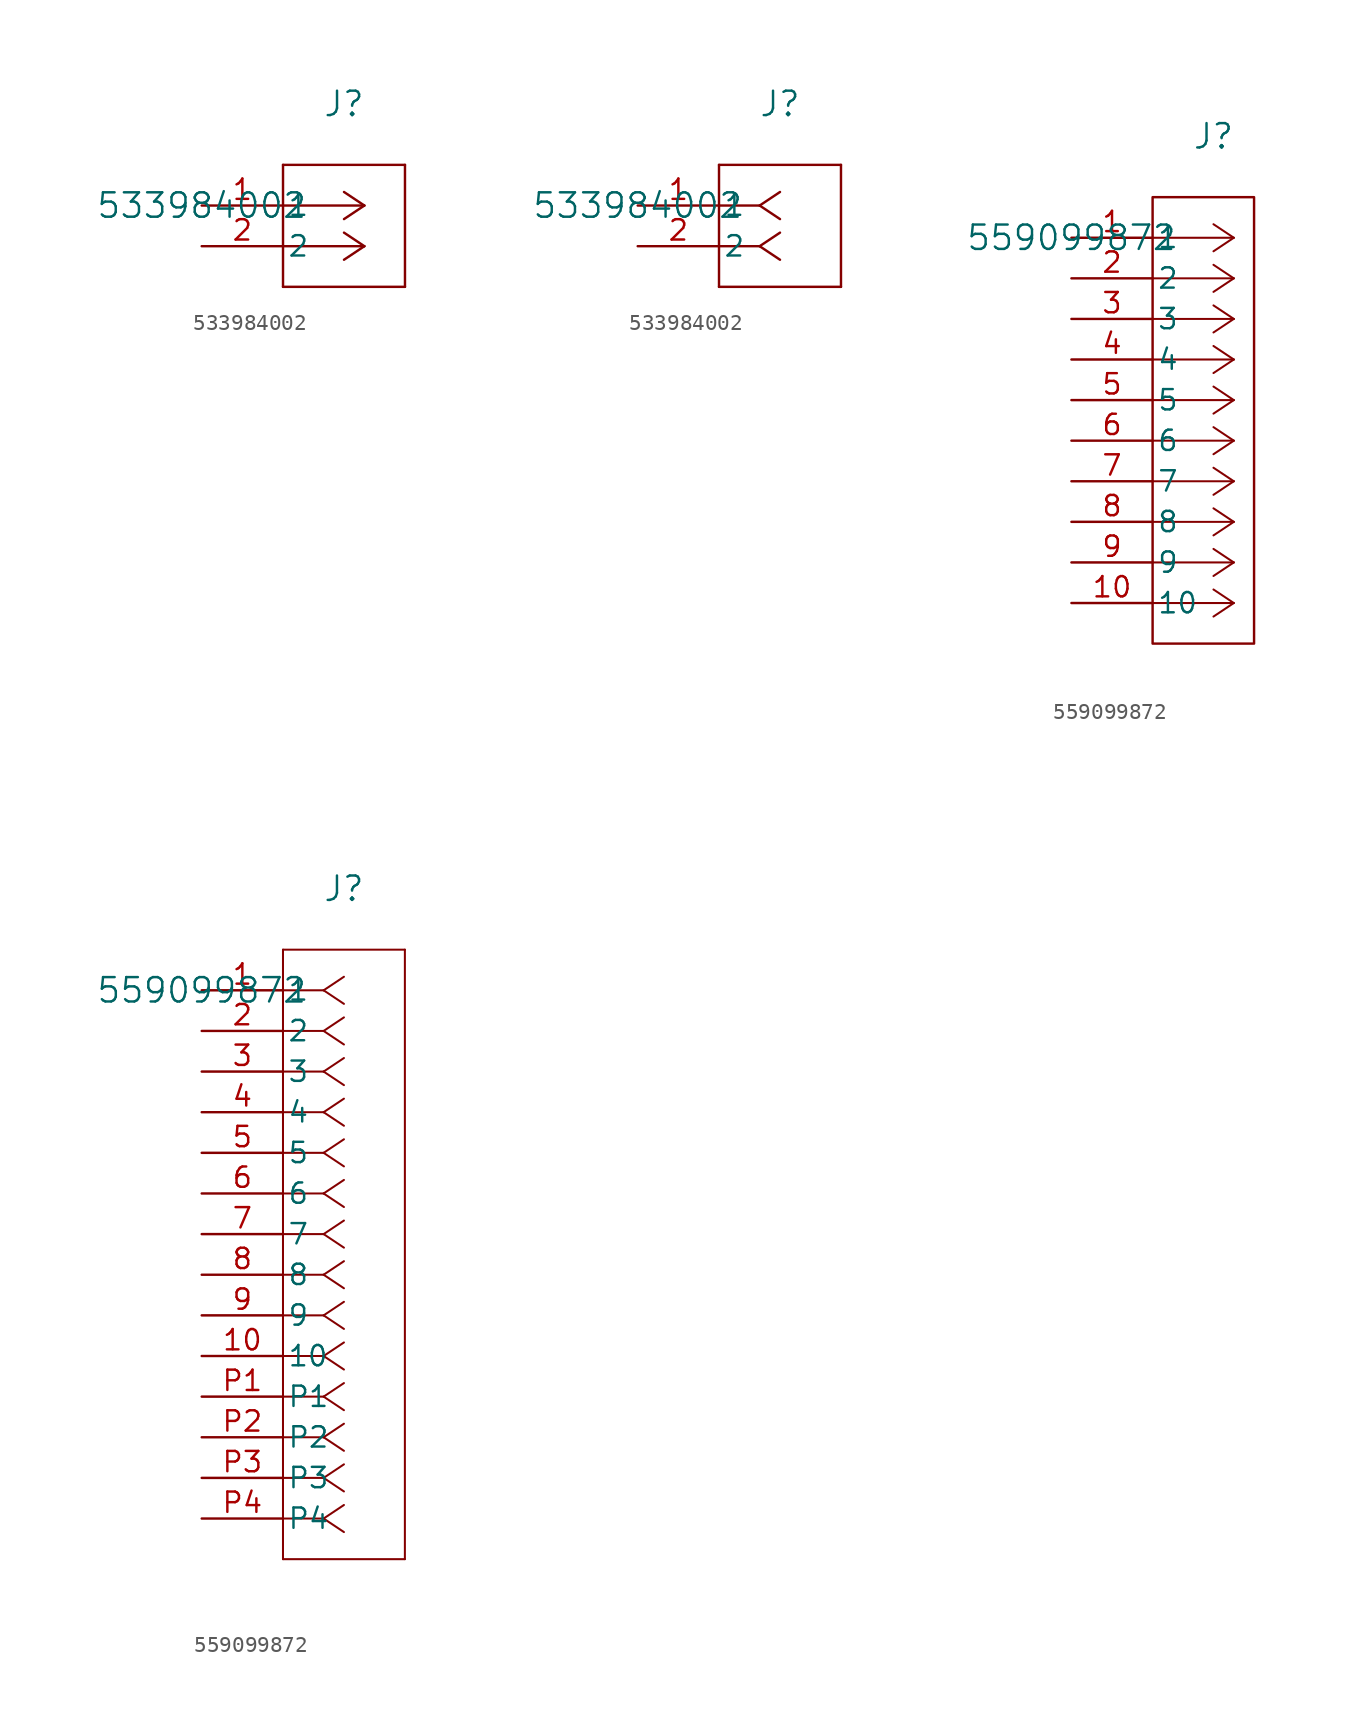
<source format=kicad_sym>
(kicad_symbol_lib
  (version 20241209)
  (generator "kicad_symbol_editor")
  (generator_version "9.0")
  (symbol "533984002"
    (pin_names
      (offset 0.254))
    (property "Reference" "J"
      (at 8.89 6.35 0)
      (effects (font (size 1.524 1.524))))
    (property "Value" "533984002"
      (at 0 0 0)
      (effects (font (size 1.524 1.524))))
    (property "ki_locked" ""
      (at 0 0 0)
      (effects (font (size 1.27 1.27))))
    (symbol "533984002_1_1"
      (polyline (pts (xy 5.08 2.54) (xy 5.08 -5.08)) (stroke (width 0) (type default)) (fill (type none)))
      (polyline (pts (xy 5.08 -5.08) (xy 12.7 -5.08)) (stroke (width 0) (type default)) (fill (type none)))
      (polyline (pts (xy 10.16 0) (xy 5.08 0)) (stroke (width 0) (type default)) (fill (type none)))
      (polyline (pts (xy 10.16 0) (xy 8.89 0.847)) (stroke (width 0) (type default)) (fill (type none)))
      (polyline (pts (xy 10.16 0) (xy 8.89 -0.847)) (stroke (width 0) (type default)) (fill (type none)))
      (polyline (pts (xy 10.16 -2.54) (xy 5.08 -2.54)) (stroke (width 0) (type default)) (fill (type none)))
      (polyline (pts (xy 10.16 -2.54) (xy 8.89 -1.693)) (stroke (width 0) (type default)) (fill (type none)))
      (polyline (pts (xy 10.16 -2.54) (xy 8.89 -3.387)) (stroke (width 0) (type default)) (fill (type none)))
      (polyline (pts (xy 12.7 2.54) (xy 5.08 2.54)) (stroke (width 0) (type default)) (fill (type none)))
      (polyline (pts (xy 12.7 -5.08) (xy 12.7 2.54)) (stroke (width 0) (type default)) (fill (type none)))
      (pin unspecified line (at 0 0 0) (length 5.08) (name "1" (effects (font (size 1.27 1.27)))) (number "1" (effects (font (size 1.27 1.27)))))
      (pin unspecified line (at 0 -2.54 0) (length 5.08) (name "2" (effects (font (size 1.27 1.27)))) (number "2" (effects (font (size 1.27 1.27))))))
    (symbol "533984002_1_2"
      (polyline (pts (xy 5.08 2.54) (xy 5.08 -5.08)) (stroke (width 0) (type default)) (fill (type none)))
      (polyline (pts (xy 5.08 -5.08) (xy 12.7 -5.08)) (stroke (width 0) (type default)) (fill (type none)))
      (polyline (pts (xy 7.62 0) (xy 5.08 0)) (stroke (width 0) (type default)) (fill (type none)))
      (polyline (pts (xy 7.62 0) (xy 8.89 0.847)) (stroke (width 0) (type default)) (fill (type none)))
      (polyline (pts (xy 7.62 0) (xy 8.89 -0.847)) (stroke (width 0) (type default)) (fill (type none)))
      (polyline (pts (xy 7.62 -2.54) (xy 5.08 -2.54)) (stroke (width 0) (type default)) (fill (type none)))
      (polyline (pts (xy 7.62 -2.54) (xy 8.89 -1.693)) (stroke (width 0) (type default)) (fill (type none)))
      (polyline (pts (xy 7.62 -2.54) (xy 8.89 -3.387)) (stroke (width 0) (type default)) (fill (type none)))
      (polyline (pts (xy 12.7 2.54) (xy 5.08 2.54)) (stroke (width 0) (type default)) (fill (type none)))
      (polyline (pts (xy 12.7 -5.08) (xy 12.7 2.54)) (stroke (width 0) (type default)) (fill (type none)))
      (pin unspecified line (at 0 0 0) (length 5.08) (name "1" (effects (font (size 1.27 1.27)))) (number "1" (effects (font (size 1.27 1.27)))))
      (pin unspecified line (at 0 -2.54 0) (length 5.08) (name "2" (effects (font (size 1.27 1.27)))) (number "2" (effects (font (size 1.27 1.27)))))))
  (symbol "559099872"
    (pin_names
      (offset 0.254))
    (property "Reference" "J"
      (at 8.89 6.35 0)
      (effects (font (size 1.524 1.524))))
    (property "Value" "559099872"
      (at 0 0 0)
      (effects (font (size 1.524 1.524))))
    (property "ki_locked" ""
      (at 0 0 0)
      (effects (font (size 1.27 1.27))))
    (symbol "559099872_1_1"
      (rectangle (start 5.08 2.54) (end 11.43 -25.4) (stroke (width 0) (type default)) (fill (type none)))
      (polyline (pts (xy 10.16 0) (xy 5.08 0)) (stroke (width 0.127) (type default)) (fill (type none)))
      (polyline (pts (xy 10.16 0) (xy 8.89 0.847)) (stroke (width 0.127) (type default)) (fill (type none)))
      (polyline (pts (xy 10.16 0) (xy 8.89 -0.847)) (stroke (width 0.127) (type default)) (fill (type none)))
      (polyline (pts (xy 10.16 -2.54) (xy 5.08 -2.54)) (stroke (width 0.127) (type default)) (fill (type none)))
      (polyline (pts (xy 10.16 -2.54) (xy 8.89 -1.693)) (stroke (width 0.127) (type default)) (fill (type none)))
      (polyline (pts (xy 10.16 -2.54) (xy 8.89 -3.387)) (stroke (width 0.127) (type default)) (fill (type none)))
      (polyline (pts (xy 10.16 -5.08) (xy 5.08 -5.08)) (stroke (width 0.127) (type default)) (fill (type none)))
      (polyline (pts (xy 10.16 -5.08) (xy 8.89 -4.233)) (stroke (width 0.127) (type default)) (fill (type none)))
      (polyline (pts (xy 10.16 -5.08) (xy 8.89 -5.927)) (stroke (width 0.127) (type default)) (fill (type none)))
      (polyline (pts (xy 10.16 -7.62) (xy 5.08 -7.62)) (stroke (width 0.127) (type default)) (fill (type none)))
      (polyline (pts (xy 10.16 -7.62) (xy 8.89 -6.773)) (stroke (width 0.127) (type default)) (fill (type none)))
      (polyline (pts (xy 10.16 -7.62) (xy 8.89 -8.467)) (stroke (width 0.127) (type default)) (fill (type none)))
      (polyline (pts (xy 10.16 -10.16) (xy 5.08 -10.16)) (stroke (width 0.127) (type default)) (fill (type none)))
      (polyline (pts (xy 10.16 -10.16) (xy 8.89 -9.313)) (stroke (width 0.127) (type default)) (fill (type none)))
      (polyline (pts (xy 10.16 -10.16) (xy 8.89 -11.007)) (stroke (width 0.127) (type default)) (fill (type none)))
      (polyline (pts (xy 10.16 -12.7) (xy 5.08 -12.7)) (stroke (width 0.127) (type default)) (fill (type none)))
      (polyline (pts (xy 10.16 -12.7) (xy 8.89 -11.853)) (stroke (width 0.127) (type default)) (fill (type none)))
      (polyline (pts (xy 10.16 -12.7) (xy 8.89 -13.547)) (stroke (width 0.127) (type default)) (fill (type none)))
      (polyline (pts (xy 10.16 -15.24) (xy 5.08 -15.24)) (stroke (width 0.127) (type default)) (fill (type none)))
      (polyline (pts (xy 10.16 -15.24) (xy 8.89 -14.393)) (stroke (width 0.127) (type default)) (fill (type none)))
      (polyline (pts (xy 10.16 -15.24) (xy 8.89 -16.087)) (stroke (width 0.127) (type default)) (fill (type none)))
      (polyline (pts (xy 10.16 -17.78) (xy 5.08 -17.78)) (stroke (width 0.127) (type default)) (fill (type none)))
      (polyline (pts (xy 10.16 -17.78) (xy 8.89 -16.933)) (stroke (width 0.127) (type default)) (fill (type none)))
      (polyline (pts (xy 10.16 -17.78) (xy 8.89 -18.627)) (stroke (width 0.127) (type default)) (fill (type none)))
      (polyline (pts (xy 10.16 -20.32) (xy 5.08 -20.32)) (stroke (width 0.127) (type default)) (fill (type none)))
      (polyline (pts (xy 10.16 -20.32) (xy 8.89 -19.473)) (stroke (width 0.127) (type default)) (fill (type none)))
      (polyline (pts (xy 10.16 -20.32) (xy 8.89 -21.167)) (stroke (width 0.127) (type default)) (fill (type none)))
      (polyline (pts (xy 10.16 -22.86) (xy 5.08 -22.86)) (stroke (width 0.127) (type default)) (fill (type none)))
      (polyline (pts (xy 10.16 -22.86) (xy 8.89 -22.013)) (stroke (width 0.127) (type default)) (fill (type none)))
      (polyline (pts (xy 10.16 -22.86) (xy 8.89 -23.707)) (stroke (width 0.127) (type default)) (fill (type none)))
      (pin unspecified line (at 0 0 0) (length 5.08) (name "1" (effects (font (size 1.27 1.27)))) (number "1" (effects (font (size 1.27 1.27)))))
      (pin unspecified line (at 0 -2.54 0) (length 5.08) (name "2" (effects (font (size 1.27 1.27)))) (number "2" (effects (font (size 1.27 1.27)))))
      (pin unspecified line (at 0 -5.08 0) (length 5.08) (name "3" (effects (font (size 1.27 1.27)))) (number "3" (effects (font (size 1.27 1.27)))))
      (pin unspecified line (at 0 -7.62 0) (length 5.08) (name "4" (effects (font (size 1.27 1.27)))) (number "4" (effects (font (size 1.27 1.27)))))
      (pin unspecified line (at 0 -10.16 0) (length 5.08) (name "5" (effects (font (size 1.27 1.27)))) (number "5" (effects (font (size 1.27 1.27)))))
      (pin unspecified line (at 0 -12.7 0) (length 5.08) (name "6" (effects (font (size 1.27 1.27)))) (number "6" (effects (font (size 1.27 1.27)))))
      (pin unspecified line (at 0 -15.24 0) (length 5.08) (name "7" (effects (font (size 1.27 1.27)))) (number "7" (effects (font (size 1.27 1.27)))))
      (pin unspecified line (at 0 -17.78 0) (length 5.08) (name "8" (effects (font (size 1.27 1.27)))) (number "8" (effects (font (size 1.27 1.27)))))
      (pin unspecified line (at 0 -20.32 0) (length 5.08) (name "9" (effects (font (size 1.27 1.27)))) (number "9" (effects (font (size 1.27 1.27)))))
      (pin unspecified line (at 0 -22.86 0) (length 5.08) (name "10" (effects (font (size 1.27 1.27)))) (number "10" (effects (font (size 1.27 1.27))))))
    (symbol "559099872_1_2"
      (polyline (pts (xy 5.08 2.54) (xy 5.08 -35.56)) (stroke (width 0.127) (type default)) (fill (type none)))
      (polyline (pts (xy 5.08 -35.56) (xy 12.7 -35.56)) (stroke (width 0.127) (type default)) (fill (type none)))
      (polyline (pts (xy 7.62 0) (xy 5.08 0)) (stroke (width 0.127) (type default)) (fill (type none)))
      (polyline (pts (xy 7.62 0) (xy 8.89 0.847)) (stroke (width 0.127) (type default)) (fill (type none)))
      (polyline (pts (xy 7.62 0) (xy 8.89 -0.847)) (stroke (width 0.127) (type default)) (fill (type none)))
      (polyline (pts (xy 7.62 -2.54) (xy 5.08 -2.54)) (stroke (width 0.127) (type default)) (fill (type none)))
      (polyline (pts (xy 7.62 -2.54) (xy 8.89 -1.693)) (stroke (width 0.127) (type default)) (fill (type none)))
      (polyline (pts (xy 7.62 -2.54) (xy 8.89 -3.387)) (stroke (width 0.127) (type default)) (fill (type none)))
      (polyline (pts (xy 7.62 -5.08) (xy 5.08 -5.08)) (stroke (width 0.127) (type default)) (fill (type none)))
      (polyline (pts (xy 7.62 -5.08) (xy 8.89 -4.233)) (stroke (width 0.127) (type default)) (fill (type none)))
      (polyline (pts (xy 7.62 -5.08) (xy 8.89 -5.927)) (stroke (width 0.127) (type default)) (fill (type none)))
      (polyline (pts (xy 7.62 -7.62) (xy 5.08 -7.62)) (stroke (width 0.127) (type default)) (fill (type none)))
      (polyline (pts (xy 7.62 -7.62) (xy 8.89 -6.773)) (stroke (width 0.127) (type default)) (fill (type none)))
      (polyline (pts (xy 7.62 -7.62) (xy 8.89 -8.467)) (stroke (width 0.127) (type default)) (fill (type none)))
      (polyline (pts (xy 7.62 -10.16) (xy 5.08 -10.16)) (stroke (width 0.127) (type default)) (fill (type none)))
      (polyline (pts (xy 7.62 -10.16) (xy 8.89 -9.313)) (stroke (width 0.127) (type default)) (fill (type none)))
      (polyline (pts (xy 7.62 -10.16) (xy 8.89 -11.007)) (stroke (width 0.127) (type default)) (fill (type none)))
      (polyline (pts (xy 7.62 -12.7) (xy 5.08 -12.7)) (stroke (width 0.127) (type default)) (fill (type none)))
      (polyline (pts (xy 7.62 -12.7) (xy 8.89 -11.853)) (stroke (width 0.127) (type default)) (fill (type none)))
      (polyline (pts (xy 7.62 -12.7) (xy 8.89 -13.547)) (stroke (width 0.127) (type default)) (fill (type none)))
      (polyline (pts (xy 7.62 -15.24) (xy 5.08 -15.24)) (stroke (width 0.127) (type default)) (fill (type none)))
      (polyline (pts (xy 7.62 -15.24) (xy 8.89 -14.393)) (stroke (width 0.127) (type default)) (fill (type none)))
      (polyline (pts (xy 7.62 -15.24) (xy 8.89 -16.087)) (stroke (width 0.127) (type default)) (fill (type none)))
      (polyline (pts (xy 7.62 -17.78) (xy 5.08 -17.78)) (stroke (width 0.127) (type default)) (fill (type none)))
      (polyline (pts (xy 7.62 -17.78) (xy 8.89 -16.933)) (stroke (width 0.127) (type default)) (fill (type none)))
      (polyline (pts (xy 7.62 -17.78) (xy 8.89 -18.627)) (stroke (width 0.127) (type default)) (fill (type none)))
      (polyline (pts (xy 7.62 -20.32) (xy 5.08 -20.32)) (stroke (width 0.127) (type default)) (fill (type none)))
      (polyline (pts (xy 7.62 -20.32) (xy 8.89 -19.473)) (stroke (width 0.127) (type default)) (fill (type none)))
      (polyline (pts (xy 7.62 -20.32) (xy 8.89 -21.167)) (stroke (width 0.127) (type default)) (fill (type none)))
      (polyline (pts (xy 7.62 -22.86) (xy 5.08 -22.86)) (stroke (width 0.127) (type default)) (fill (type none)))
      (polyline (pts (xy 7.62 -22.86) (xy 8.89 -22.013)) (stroke (width 0.127) (type default)) (fill (type none)))
      (polyline (pts (xy 7.62 -22.86) (xy 8.89 -23.707)) (stroke (width 0.127) (type default)) (fill (type none)))
      (polyline (pts (xy 7.62 -25.4) (xy 5.08 -25.4)) (stroke (width 0.127) (type default)) (fill (type none)))
      (polyline (pts (xy 7.62 -25.4) (xy 8.89 -24.553)) (stroke (width 0.127) (type default)) (fill (type none)))
      (polyline (pts (xy 7.62 -25.4) (xy 8.89 -26.247)) (stroke (width 0.127) (type default)) (fill (type none)))
      (polyline (pts (xy 7.62 -27.94) (xy 5.08 -27.94)) (stroke (width 0.127) (type default)) (fill (type none)))
      (polyline (pts (xy 7.62 -27.94) (xy 8.89 -27.093)) (stroke (width 0.127) (type default)) (fill (type none)))
      (polyline (pts (xy 7.62 -27.94) (xy 8.89 -28.787)) (stroke (width 0.127) (type default)) (fill (type none)))
      (polyline (pts (xy 7.62 -30.48) (xy 5.08 -30.48)) (stroke (width 0.127) (type default)) (fill (type none)))
      (polyline (pts (xy 7.62 -30.48) (xy 8.89 -29.633)) (stroke (width 0.127) (type default)) (fill (type none)))
      (polyline (pts (xy 7.62 -30.48) (xy 8.89 -31.327)) (stroke (width 0.127) (type default)) (fill (type none)))
      (polyline (pts (xy 7.62 -33.02) (xy 5.08 -33.02)) (stroke (width 0.127) (type default)) (fill (type none)))
      (polyline (pts (xy 7.62 -33.02) (xy 8.89 -32.173)) (stroke (width 0.127) (type default)) (fill (type none)))
      (polyline (pts (xy 7.62 -33.02) (xy 8.89 -33.867)) (stroke (width 0.127) (type default)) (fill (type none)))
      (polyline (pts (xy 12.7 2.54) (xy 5.08 2.54)) (stroke (width 0.127) (type default)) (fill (type none)))
      (polyline (pts (xy 12.7 -35.56) (xy 12.7 2.54)) (stroke (width 0.127) (type default)) (fill (type none)))
      (pin unspecified line (at 0 0 0) (length 5.08) (name "1" (effects (font (size 1.27 1.27)))) (number "1" (effects (font (size 1.27 1.27)))))
      (pin unspecified line (at 0 -2.54 0) (length 5.08) (name "2" (effects (font (size 1.27 1.27)))) (number "2" (effects (font (size 1.27 1.27)))))
      (pin unspecified line (at 0 -5.08 0) (length 5.08) (name "3" (effects (font (size 1.27 1.27)))) (number "3" (effects (font (size 1.27 1.27)))))
      (pin unspecified line (at 0 -7.62 0) (length 5.08) (name "4" (effects (font (size 1.27 1.27)))) (number "4" (effects (font (size 1.27 1.27)))))
      (pin unspecified line (at 0 -10.16 0) (length 5.08) (name "5" (effects (font (size 1.27 1.27)))) (number "5" (effects (font (size 1.27 1.27)))))
      (pin unspecified line (at 0 -12.7 0) (length 5.08) (name "6" (effects (font (size 1.27 1.27)))) (number "6" (effects (font (size 1.27 1.27)))))
      (pin unspecified line (at 0 -15.24 0) (length 5.08) (name "7" (effects (font (size 1.27 1.27)))) (number "7" (effects (font (size 1.27 1.27)))))
      (pin unspecified line (at 0 -17.78 0) (length 5.08) (name "8" (effects (font (size 1.27 1.27)))) (number "8" (effects (font (size 1.27 1.27)))))
      (pin unspecified line (at 0 -20.32 0) (length 5.08) (name "9" (effects (font (size 1.27 1.27)))) (number "9" (effects (font (size 1.27 1.27)))))
      (pin unspecified line (at 0 -22.86 0) (length 5.08) (name "10" (effects (font (size 1.27 1.27)))) (number "10" (effects (font (size 1.27 1.27)))))
      (pin unspecified line (at 0 -25.4 0) (length 5.08) (name "P1" (effects (font (size 1.27 1.27)))) (number "P1" (effects (font (size 1.27 1.27)))))
      (pin unspecified line (at 0 -27.94 0) (length 5.08) (name "P2" (effects (font (size 1.27 1.27)))) (number "P2" (effects (font (size 1.27 1.27)))))
      (pin unspecified line (at 0 -30.48 0) (length 5.08) (name "P3" (effects (font (size 1.27 1.27)))) (number "P3" (effects (font (size 1.27 1.27)))))
      (pin unspecified line (at 0 -33.02 0) (length 5.08) (name "P4" (effects (font (size 1.27 1.27)))) (number "P4" (effects (font (size 1.27 1.27))))))))
</source>
